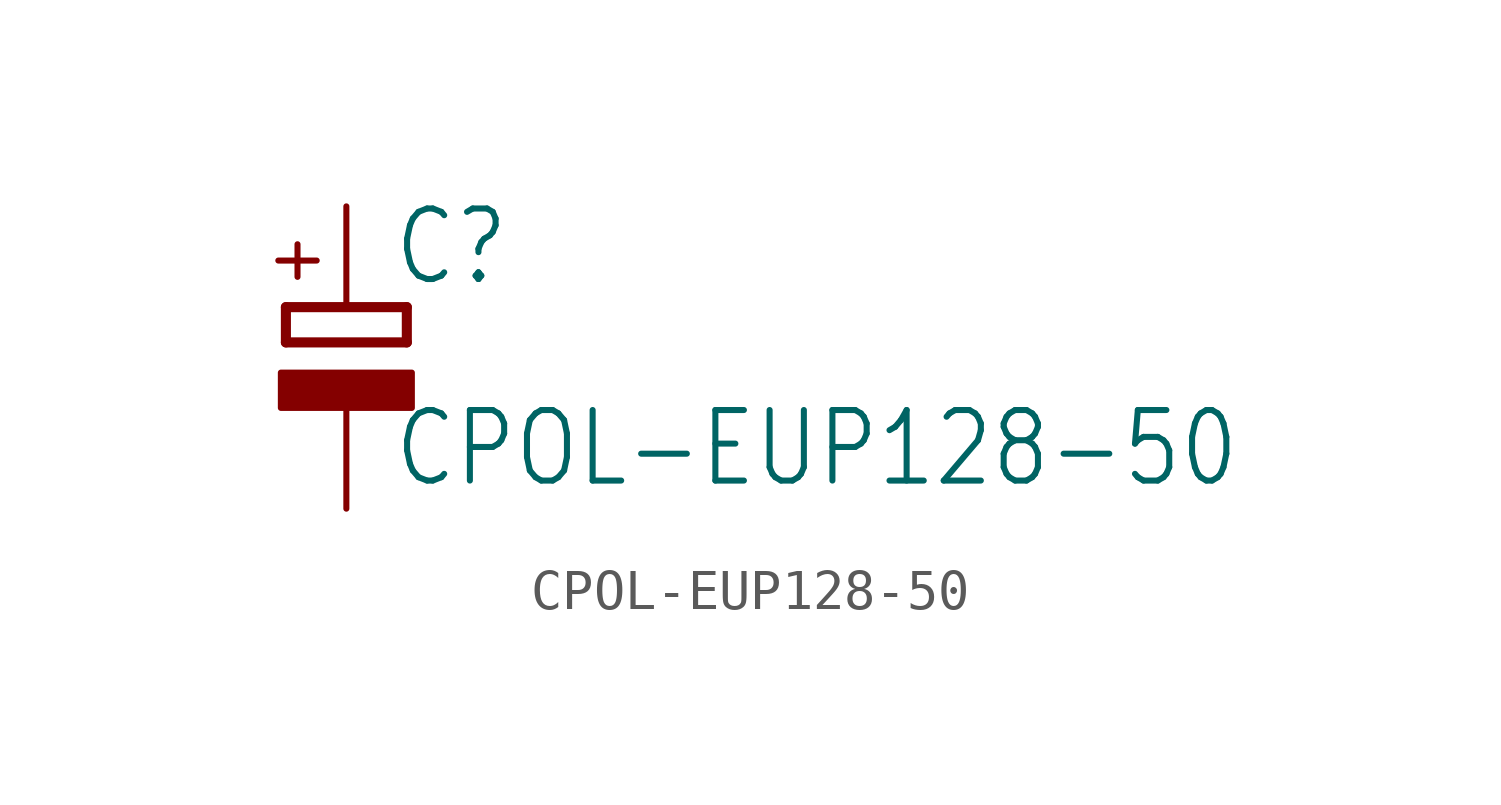
<source format=kicad_sym>
(kicad_symbol_lib
  (version 20210619)
  (generator kicad_symbol_editor)
  (symbol "CPOL-EUP128-50"
    (property "Reference" "C"
      (at 1.143 0.483 0)
      (effects (font (size 1.778 1.511)) (justify left bottom)))
    (property "Value" "CPOL-EUP128-50"
      (at 1.143 -4.597 0)
      (effects (font (size 1.778 1.511)) (justify left bottom)))
    (property "ki_locked" ""
      (at 0 0 0)
      (effects (font (size 1.27 1.27))))
    (symbol "CPOL-EUP128-50_1_0"
      (text "+" (at -0.584 0.406 900) (effects (font (size 1.27 1.079)) (justify left bottom)))
      (rectangle (start -1.651 -2.54) (end 1.651 -1.651) (stroke (width 0)) (fill (type outline)))
      (polyline (pts (xy -1.524 -0.889) (xy 1.524 -0.889)) (stroke (width 0.254)) (fill (type none)))
      (polyline (pts (xy -1.524 0) (xy -1.524 -0.889)) (stroke (width 0.254)) (fill (type none)))
      (polyline (pts (xy -1.524 0) (xy 1.524 0)) (stroke (width 0.254)) (fill (type none)))
      (polyline (pts (xy 1.524 -0.889) (xy 1.524 0)) (stroke (width 0.254)) (fill (type none)))
      (pin passive line (at 0 2.54 270) (length 2.54) (name "+" (effects (font (size 0 0)))) (number "+" (effects (font (size 0 0)))))
      (pin passive line (at 0 -5.08 90) (length 2.54) (name "-" (effects (font (size 0 0)))) (number "-" (effects (font (size 0 0))))))))
</source>
